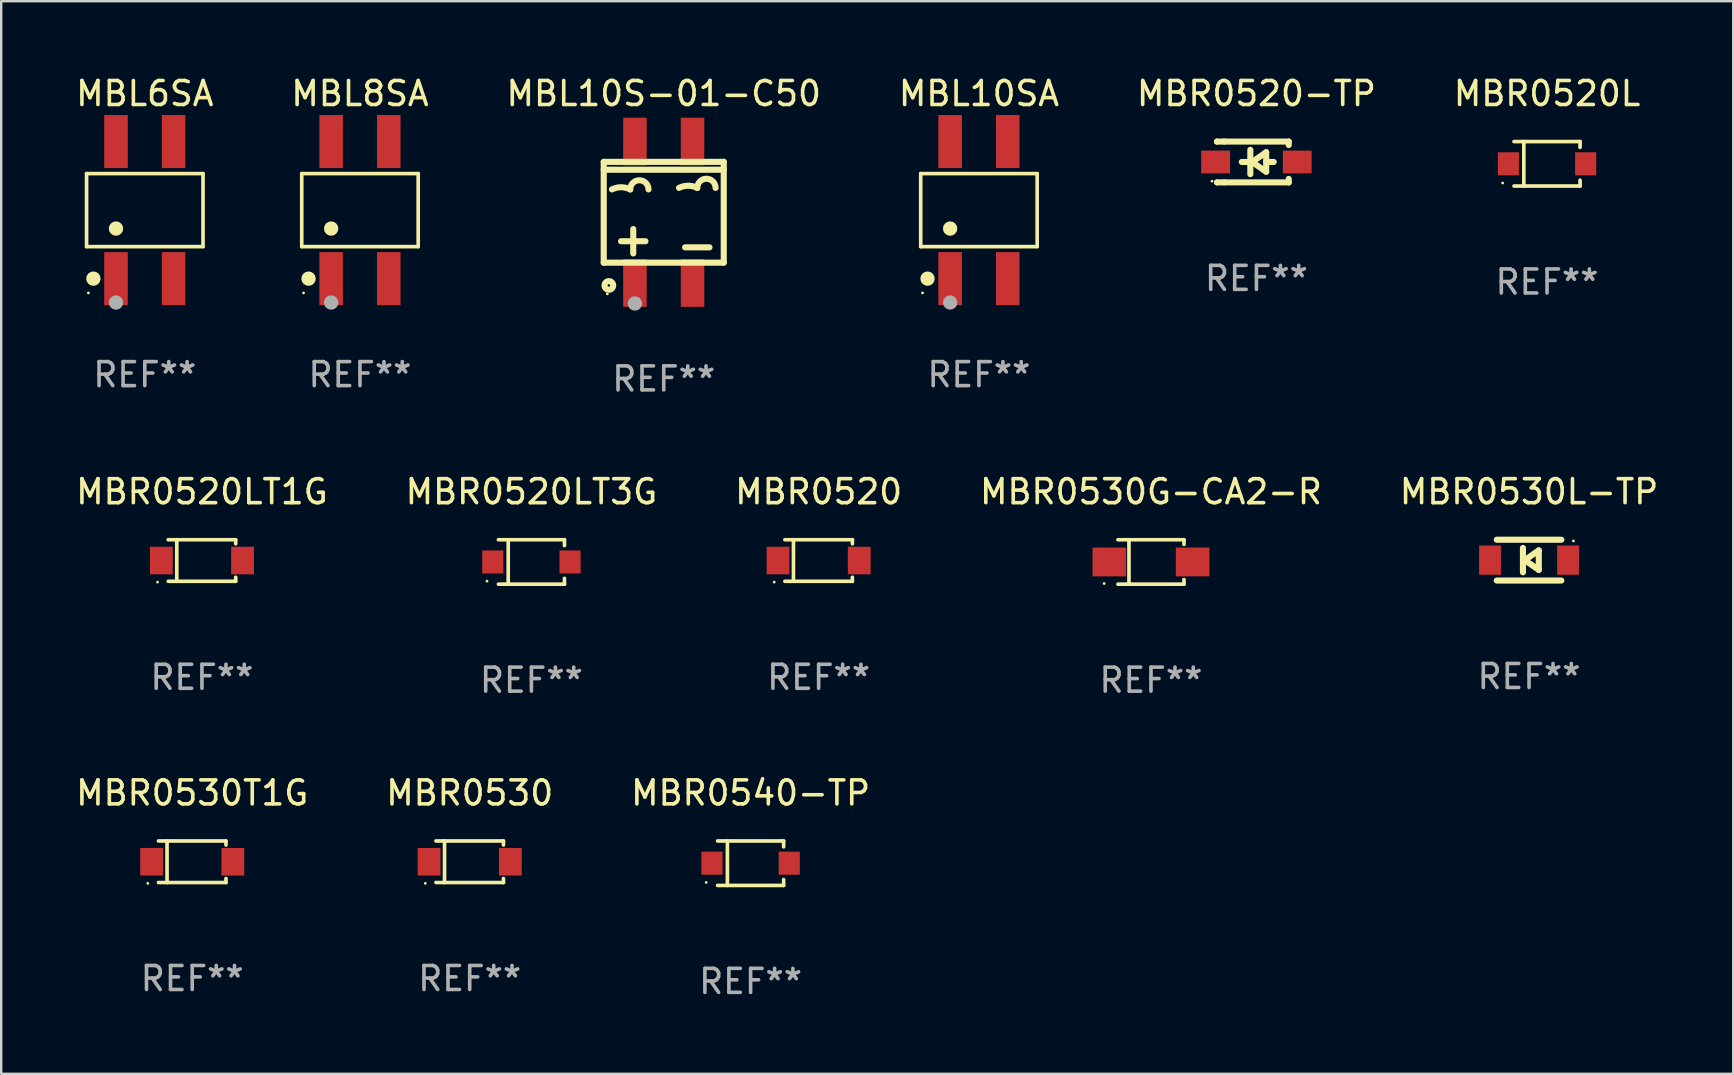
<source format=kicad_pcb>
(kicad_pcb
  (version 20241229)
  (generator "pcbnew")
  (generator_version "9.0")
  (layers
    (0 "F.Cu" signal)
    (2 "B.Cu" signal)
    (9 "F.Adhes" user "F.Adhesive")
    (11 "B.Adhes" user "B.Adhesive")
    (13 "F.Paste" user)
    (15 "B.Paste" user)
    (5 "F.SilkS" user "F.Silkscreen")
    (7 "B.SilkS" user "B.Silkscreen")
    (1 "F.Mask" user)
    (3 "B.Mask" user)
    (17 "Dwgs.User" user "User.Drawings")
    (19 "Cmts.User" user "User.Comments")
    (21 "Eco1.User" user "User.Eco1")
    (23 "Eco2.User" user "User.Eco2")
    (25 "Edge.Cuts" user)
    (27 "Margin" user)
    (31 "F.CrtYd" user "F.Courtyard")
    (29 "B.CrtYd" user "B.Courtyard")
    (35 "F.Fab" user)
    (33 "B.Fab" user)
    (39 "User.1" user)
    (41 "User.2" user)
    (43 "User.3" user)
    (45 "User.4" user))
  (footprint "MBL10SA"
    (layer "F.Cu")
    (at 37.732 5.703)
    (property "Reference" "MBL10SA" (at 0 -4.855 0) (layer "F.SilkS") (effects (font (size 1 1) (thickness 0.15))))
    (attr through_hole)
    (fp_line (start -2.426 -1.521) (end 2.426 -1.521) (stroke (width 0.152) (type solid)) (layer "F.SilkS"))
    (fp_line (start -2.426 1.521) (end -2.426 -1.521) (stroke (width 0.152) (type solid)) (layer "F.SilkS"))
    (fp_line (start 2.426 -1.521) (end 2.426 1.521) (stroke (width 0.152) (type solid)) (layer "F.SilkS"))
    (fp_line (start 2.426 1.521) (end -2.426 1.521) (stroke (width 0.152) (type solid)) (layer "F.SilkS"))
    (fp_circle (center -2.35 3.45) (end -2.32 3.45) (stroke (width 0.06) (type solid)) (fill no) (layer "F.SilkS"))
    (fp_circle (center -2.142 2.855) (end -1.992 2.855) (stroke (width 0.3) (type solid)) (fill no) (layer "F.SilkS"))
    (fp_circle (center -1.2 0.769) (end -1.05 0.769) (stroke (width 0.3) (type solid)) (fill no) (layer "F.SilkS"))
    (fp_circle (center -1.2 3.85) (end -1.05 3.85) (stroke (width 0.3) (type solid)) (fill no) (layer "F.Fab"))
    (fp_text user "REF**" (at 0 6.855 0) (layer "F.Fab") (effects (font (size 1 1) (thickness 0.15))))
    (pad "1" smd rect (at -1.2 2.855) (size 0.98 2.21) (layers "F.Cu" "F.Mask" "F.Paste"))
    (pad "2" smd rect (at 1.2 2.855) (size 0.98 2.21) (layers "F.Cu" "F.Mask" "F.Paste"))
    (pad "3" smd rect (at 1.2 -2.855) (size 0.98 2.21) (layers "F.Cu" "F.Mask" "F.Paste"))
    (pad "4" smd rect (at -1.2 -2.855) (size 0.98 2.21) (layers "F.Cu" "F.Mask" "F.Paste")))
  (footprint "MBL10S-01-C50"
    (layer "F.Cu")
    (at 24.601 5.793)
    (property "Reference" "MBL10S-01-C50" (at 0 -4.945 0) (layer "F.SilkS") (effects (font (size 1 1) (thickness 0.15))))
    (attr through_hole)
    (fp_line (start -2.5 -2.1) (end -2.5 2.1) (stroke (width 0.254) (type solid)) (layer "F.SilkS"))
    (fp_line (start -2.5 -2.1) (end 2.5 -2.1) (stroke (width 0.254) (type solid)) (layer "F.SilkS"))
    (fp_line (start -2.5 -1.772) (end 2.5 -1.772) (stroke (width 0.254) (type solid)) (layer "F.SilkS"))
    (fp_line (start -1.27 1.715) (end -1.27 0.699) (stroke (width 0.254) (type solid)) (layer "F.SilkS"))
    (fp_line (start -0.762 1.207) (end -1.778 1.207) (stroke (width 0.254) (type solid)) (layer "F.SilkS"))
    (fp_line (start 1.905 1.461) (end 0.889 1.461) (stroke (width 0.254) (type solid)) (layer "F.SilkS"))
    (fp_line (start 2.5 -2.1) (end 2.5 2.1) (stroke (width 0.254) (type solid)) (layer "F.SilkS"))
    (fp_line (start 2.5 2.1) (end -2.5 2.1) (stroke (width 0.254) (type solid)) (layer "F.SilkS"))
    (fp_arc (start -2.158928 -0.95235) (mid -1.777927 -1.042292) (end -1.396926 -0.95235) (stroke (width 0.254001) (type solid)) (layer "F.SilkS"))
    (fp_arc (start -1.396927 -0.95235) (mid -1.015926 -1.333351) (end -0.634925 -0.95235) (stroke (width 0.254001) (type solid)) (layer "F.SilkS"))
    (fp_arc (start 0.635077 -1.01585) (mid 1.016078 -1.105792) (end 1.397079 -1.01585) (stroke (width 0.254001) (type solid)) (layer "F.SilkS"))
    (fp_arc (start 1.397079 -1.01585) (mid 1.77808 -1.396851) (end 2.159081 -1.01585) (stroke (width 0.254001) (type solid)) (layer "F.SilkS"))
    (fp_circle (center -2.35 3.4) (end -2.32 3.4) (stroke (width 0.06) (type solid)) (fill no) (layer "F.SilkS"))
    (fp_circle (center -2.286 3.048) (end -2.106 3.048) (stroke (width 0.254) (type solid)) (fill no) (layer "F.SilkS"))
    (fp_circle (center -1.2 3.8) (end -1.05 3.8) (stroke (width 0.3) (type solid)) (fill no) (layer "F.Fab"))
    (fp_text user "REF**" (at 0 6.945 0) (layer "F.Fab") (effects (font (size 1 1) (thickness 0.15))))
    (pad "1" smd rect (at -1.2 2.945) (size 0.98 1.99) (layers "F.Cu" "F.Mask" "F.Paste"))
    (pad "2" smd rect (at 1.2 2.945) (size 0.98 1.99) (layers "F.Cu" "F.Mask" "F.Paste"))
    (pad "3" smd rect (at 1.2 -2.945) (size 0.98 1.99) (layers "F.Cu" "F.Mask" "F.Paste"))
    (pad "4" smd rect (at -1.2 -2.945) (size 0.98 1.99) (layers "F.Cu" "F.Mask" "F.Paste")))
  (footprint "MBR0530"
    (layer "F.Cu")
    (at 16.518 32.85)
    (property "Reference" "MBR0530" (at 0 -2.866 0) (layer "F.SilkS") (effects (font (size 1 1) (thickness 0.15))))
    (attr through_hole)
    (fp_line (start -1.406 -0.866) (end 1.406 -0.866) (stroke (width 0.152) (type solid)) (layer "F.SilkS"))
    (fp_line (start -1.406 0.866) (end 1.406 0.866) (stroke (width 0.152) (type solid)) (layer "F.SilkS"))
    (fp_line (start -1.049 -0.866) (end -1.049 0.866) (stroke (width 0.152) (type solid)) (layer "F.SilkS"))
    (fp_line (start 1.406 -0.866) (end 1.406 -0.698) (stroke (width 0.152) (type solid)) (layer "F.SilkS"))
    (fp_line (start 1.406 0.866) (end 1.406 0.698) (stroke (width 0.152) (type solid)) (layer "F.SilkS"))
    (fp_circle (center -1.851 0.9) (end -1.821 0.9) (stroke (width 0.06) (type solid)) (fill no) (layer "F.SilkS"))
    (fp_text user "REF**" (at 0 4.866 0) (layer "F.Fab") (effects (font (size 1 1) (thickness 0.15))))
    (pad "1" smd rect (at -1.692 0) (size 0.95 1.15) (layers "F.Cu" "F.Mask" "F.Paste"))
    (pad "2" smd rect (at 1.692 0) (size 0.95 1.15) (layers "F.Cu" "F.Mask" "F.Paste")))
  (footprint "MBR0520"
    (layer "F.Cu")
    (at 31.054 20.301)
    (property "Reference" "MBR0520" (at 0 -2.866 0) (layer "F.SilkS") (effects (font (size 1 1) (thickness 0.15))))
    (attr through_hole)
    (fp_line (start -1.406 -0.866) (end 1.406 -0.866) (stroke (width 0.152) (type solid)) (layer "F.SilkS"))
    (fp_line (start -1.406 0.866) (end 1.406 0.866) (stroke (width 0.152) (type solid)) (layer "F.SilkS"))
    (fp_line (start -1.049 -0.866) (end -1.049 0.866) (stroke (width 0.152) (type solid)) (layer "F.SilkS"))
    (fp_line (start 1.406 -0.866) (end 1.406 -0.698) (stroke (width 0.152) (type solid)) (layer "F.SilkS"))
    (fp_line (start 1.406 0.866) (end 1.406 0.698) (stroke (width 0.152) (type solid)) (layer "F.SilkS"))
    (fp_circle (center -1.851 0.9) (end -1.821 0.9) (stroke (width 0.06) (type solid)) (fill no) (layer "F.SilkS"))
    (fp_text user "REF**" (at 0 4.866 0) (layer "F.Fab") (effects (font (size 1 1) (thickness 0.15))))
    (pad "1" smd rect (at -1.692 0) (size 0.95 1.15) (layers "F.Cu" "F.Mask" "F.Paste"))
    (pad "2" smd rect (at 1.692 0) (size 0.95 1.15) (layers "F.Cu" "F.Mask" "F.Paste")))
  (footprint "MBR0530G-CA2-R"
    (layer "F.Cu")
    (at 44.899 20.361)
    (property "Reference" "MBR0530G-CA2-R" (at 0 -2.926 0) (layer "F.SilkS") (effects (font (size 1 1) (thickness 0.15))))
    (attr through_hole)
    (fp_line (start -1.376 -0.926) (end 1.376 -0.926) (stroke (width 0.152) (type solid)) (layer "F.SilkS"))
    (fp_line (start -1.376 0.926) (end 1.376 0.926) (stroke (width 0.152) (type solid)) (layer "F.SilkS"))
    (fp_line (start -0.917 -0.876) (end -0.917 0.876) (stroke (width 0.152) (type solid)) (layer "F.SilkS"))
    (fp_line (start 1.376 -0.926) (end 1.376 -0.733) (stroke (width 0.152) (type solid)) (layer "F.SilkS"))
    (fp_line (start 1.376 0.926) (end 1.376 0.733) (stroke (width 0.152) (type solid)) (layer "F.SilkS"))
    (fp_circle (center -1.95 0.9) (end -1.92 0.9) (stroke (width 0.06) (type solid)) (fill no) (layer "F.SilkS"))
    (fp_text user "REF**" (at 0 4.926 0) (layer "F.Fab") (effects (font (size 1 1) (thickness 0.15))))
    (pad "1" smd rect (at -1.735 0) (size 1.4 1.2) (layers "F.Cu" "F.Mask" "F.Paste"))
    (pad "2" smd rect (at 1.735 0) (size 1.4 1.2) (layers "F.Cu" "F.Mask" "F.Paste")))
  (footprint "MBL8SA"
    (layer "F.Cu")
    (at 11.946 5.703)
    (property "Reference" "MBL8SA" (at 0 -4.855 0) (layer "F.SilkS") (effects (font (size 1 1) (thickness 0.15))))
    (attr through_hole)
    (fp_line (start -2.426 -1.521) (end 2.426 -1.521) (stroke (width 0.152) (type solid)) (layer "F.SilkS"))
    (fp_line (start -2.426 1.521) (end -2.426 -1.521) (stroke (width 0.152) (type solid)) (layer "F.SilkS"))
    (fp_line (start 2.426 -1.521) (end 2.426 1.521) (stroke (width 0.152) (type solid)) (layer "F.SilkS"))
    (fp_line (start 2.426 1.521) (end -2.426 1.521) (stroke (width 0.152) (type solid)) (layer "F.SilkS"))
    (fp_circle (center -2.35 3.45) (end -2.32 3.45) (stroke (width 0.06) (type solid)) (fill no) (layer "F.SilkS"))
    (fp_circle (center -2.142 2.855) (end -1.992 2.855) (stroke (width 0.3) (type solid)) (fill no) (layer "F.SilkS"))
    (fp_circle (center -1.2 0.769) (end -1.05 0.769) (stroke (width 0.3) (type solid)) (fill no) (layer "F.SilkS"))
    (fp_circle (center -1.2 3.85) (end -1.05 3.85) (stroke (width 0.3) (type solid)) (fill no) (layer "F.Fab"))
    (fp_text user "REF**" (at 0 6.855 0) (layer "F.Fab") (effects (font (size 1 1) (thickness 0.15))))
    (pad "1" smd rect (at -1.2 2.855) (size 0.98 2.21) (layers "F.Cu" "F.Mask" "F.Paste"))
    (pad "2" smd rect (at 1.2 2.855) (size 0.98 2.21) (layers "F.Cu" "F.Mask" "F.Paste"))
    (pad "3" smd rect (at 1.2 -2.855) (size 0.98 2.21) (layers "F.Cu" "F.Mask" "F.Paste"))
    (pad "4" smd rect (at -1.2 -2.855) (size 0.98 2.21) (layers "F.Cu" "F.Mask" "F.Paste")))
  (footprint "MBL6SA"
    (layer "F.Cu")
    (at 2.982 5.703)
    (property "Reference" "MBL6SA" (at 0 -4.855 0) (layer "F.SilkS") (effects (font (size 1 1) (thickness 0.15))))
    (attr through_hole)
    (fp_line (start -2.426 -1.521) (end 2.426 -1.521) (stroke (width 0.152) (type solid)) (layer "F.SilkS"))
    (fp_line (start -2.426 1.521) (end -2.426 -1.521) (stroke (width 0.152) (type solid)) (layer "F.SilkS"))
    (fp_line (start 2.426 -1.521) (end 2.426 1.521) (stroke (width 0.152) (type solid)) (layer "F.SilkS"))
    (fp_line (start 2.426 1.521) (end -2.426 1.521) (stroke (width 0.152) (type solid)) (layer "F.SilkS"))
    (fp_circle (center -2.35 3.45) (end -2.32 3.45) (stroke (width 0.06) (type solid)) (fill no) (layer "F.SilkS"))
    (fp_circle (center -2.142 2.855) (end -1.992 2.855) (stroke (width 0.3) (type solid)) (fill no) (layer "F.SilkS"))
    (fp_circle (center -1.2 0.769) (end -1.05 0.769) (stroke (width 0.3) (type solid)) (fill no) (layer "F.SilkS"))
    (fp_circle (center -1.2 3.85) (end -1.05 3.85) (stroke (width 0.3) (type solid)) (fill no) (layer "F.Fab"))
    (fp_text user "REF**" (at 0 6.855 0) (layer "F.Fab") (effects (font (size 1 1) (thickness 0.15))))
    (pad "1" smd rect (at -1.2 2.855) (size 0.98 2.21) (layers "F.Cu" "F.Mask" "F.Paste"))
    (pad "2" smd rect (at 1.2 2.855) (size 0.98 2.21) (layers "F.Cu" "F.Mask" "F.Paste"))
    (pad "3" smd rect (at 1.2 -2.855) (size 0.98 2.21) (layers "F.Cu" "F.Mask" "F.Paste"))
    (pad "4" smd rect (at -1.2 -2.855) (size 0.98 2.21) (layers "F.Cu" "F.Mask" "F.Paste")))
  (footprint "MBR0530L-TP"
    (layer "F.Cu")
    (at 60.649 20.285)
    (property "Reference" "MBR0530L-TP" (at 0 -2.85 0) (layer "F.SilkS") (effects (font (size 1 1) (thickness 0.15))))
    (attr through_hole)
    (fp_line (start -1.346 -0.85) (end 1.346 -0.85) (stroke (width 0.254) (type solid)) (layer "F.SilkS"))
    (fp_line (start -0.254 -0.508) (end -0.254 0.508) (stroke (width 0.254) (type solid)) (layer "F.SilkS"))
    (fp_line (start -0.178 0) (end 0.406 -0.406) (stroke (width 0.254) (type solid)) (layer "F.SilkS"))
    (fp_line (start 0.406 -0.406) (end 0.406 0.406) (stroke (width 0.254) (type solid)) (layer "F.SilkS"))
    (fp_line (start 0.406 0.406) (end -0.178 0) (stroke (width 0.254) (type solid)) (layer "F.SilkS"))
    (fp_line (start 1.346 0.85) (end -1.346 0.85) (stroke (width 0.254) (type solid)) (layer "F.SilkS"))
    (fp_circle (center 1.85 -0.8) (end 1.88 -0.8) (stroke (width 0.06) (type solid)) (fill no) (layer "F.SilkS"))
    (fp_text user "REF**" (at 0 4.85 0) (layer "F.Fab") (effects (font (size 1 1) (thickness 0.15))))
    (pad "1" smd rect (at 1.626 0) (size 0.909 1.219) (layers "F.Cu" "F.Mask" "F.Paste"))
    (pad "2" smd rect (at -1.626 0) (size 0.909 1.219) (layers "F.Cu" "F.Mask" "F.Paste")))
  (footprint "MBR0520-TP"
    (layer "F.Cu")
    (at 49.292 3.698)
    (property "Reference" "MBR0520-TP" (at 0 -2.85 0) (layer "F.SilkS") (effects (font (size 1 1) (thickness 0.15))))
    (attr through_hole)
    (fp_line (start -1.643 -0.85) (end -1.644 -0.849) (stroke (width 0.254) (type solid)) (layer "F.SilkS"))
    (fp_line (start -1.638 0.85) (end -1.639 0.849) (stroke (width 0.254) (type solid)) (layer "F.SilkS"))
    (fp_line (start -1.346 -0.85) (end -1.643 -0.85) (stroke (width 0.254) (type solid)) (layer "F.SilkS"))
    (fp_line (start -1.346 -0.85) (end 1.346 -0.85) (stroke (width 0.254) (type solid)) (layer "F.SilkS"))
    (fp_line (start -1.346 0.85) (end -1.638 0.85) (stroke (width 0.254) (type solid)) (layer "F.SilkS"))
    (fp_line (start -0.28 0) (end -0.61 0) (stroke (width 0.254) (type solid)) (layer "F.SilkS"))
    (fp_line (start -0.254 -0.508) (end -0.254 0.508) (stroke (width 0.254) (type solid)) (layer "F.SilkS"))
    (fp_line (start -0.178 0) (end 0.406 -0.406) (stroke (width 0.254) (type solid)) (layer "F.SilkS"))
    (fp_line (start 0.406 -0.406) (end 0.406 0.406) (stroke (width 0.254) (type solid)) (layer "F.SilkS"))
    (fp_line (start 0.406 -0.000254) (end 0.72 -0.000254) (stroke (width 0.254) (type solid)) (layer "F.SilkS"))
    (fp_line (start 0.406 0.406) (end -0.178 0) (stroke (width 0.254) (type solid)) (layer "F.SilkS"))
    (fp_line (start 1.346 -0.85) (end 1.346 -0.706) (stroke (width 0.254) (type solid)) (layer "F.SilkS"))
    (fp_line (start 1.346 0.706) (end 1.346 0.85) (stroke (width 0.254) (type solid)) (layer "F.SilkS"))
    (fp_line (start 1.346 0.85) (end -1.346 0.85) (stroke (width 0.254) (type solid)) (layer "F.SilkS"))
    (fp_circle (center -1.85 0.8) (end -1.82 0.8) (stroke (width 0.06) (type solid)) (fill no) (layer "F.SilkS"))
    (fp_text user "REF**" (at 0 4.85 0) (layer "F.Fab") (effects (font (size 1 1) (thickness 0.15))))
    (pad "1" smd rect (at -1.7 0) (size 1.2 0.95) (layers "F.Cu" "F.Mask" "F.Paste"))
    (pad "2" smd rect (at 1.7 0) (size 1.2 0.95) (layers "F.Cu" "F.Mask" "F.Paste")))
  (footprint "MBR0540-TP"
    (layer "F.Cu")
    (at 28.22 32.91)
    (property "Reference" "MBR0540-TP" (at 0 -2.926 0) (layer "F.SilkS") (effects (font (size 1 1) (thickness 0.15))))
    (attr through_hole)
    (fp_line (start -1.376 -0.926) (end 1.376 -0.926) (stroke (width 0.152) (type solid)) (layer "F.SilkS"))
    (fp_line (start -1.376 0.926) (end 1.376 0.926) (stroke (width 0.152) (type solid)) (layer "F.SilkS"))
    (fp_line (start -0.967 -0.926) (end -0.967 0.926) (stroke (width 0.152) (type solid)) (layer "F.SilkS"))
    (fp_line (start 1.376 -0.926) (end 1.376 -0.683) (stroke (width 0.152) (type solid)) (layer "F.SilkS"))
    (fp_line (start 1.376 0.926) (end 1.376 0.683) (stroke (width 0.152) (type solid)) (layer "F.SilkS"))
    (fp_circle (center -1.85 0.8) (end -1.82 0.8) (stroke (width 0.06) (type solid)) (fill no) (layer "F.SilkS"))
    (fp_text user "REF**" (at 0 4.926 0) (layer "F.Fab") (effects (font (size 1 1) (thickness 0.15))))
    (pad "1" smd rect (at -1.61 0) (size 0.88 0.96) (layers "F.Cu" "F.Mask" "F.Paste"))
    (pad "2" smd rect (at 1.61 0) (size 0.88 0.96) (layers "F.Cu" "F.Mask" "F.Paste")))
  (footprint "MBR0520LT3G"
    (layer "F.Cu")
    (at 19.089 20.361)
    (property "Reference" "MBR0520LT3G" (at 0 -2.926 0) (layer "F.SilkS") (effects (font (size 1 1) (thickness 0.15))))
    (attr through_hole)
    (fp_line (start -1.376 -0.926) (end 1.376 -0.926) (stroke (width 0.152) (type solid)) (layer "F.SilkS"))
    (fp_line (start -1.376 0.926) (end 1.376 0.926) (stroke (width 0.152) (type solid)) (layer "F.SilkS"))
    (fp_line (start -0.967 -0.926) (end -0.967 0.926) (stroke (width 0.152) (type solid)) (layer "F.SilkS"))
    (fp_line (start 1.376 -0.926) (end 1.376 -0.683) (stroke (width 0.152) (type solid)) (layer "F.SilkS"))
    (fp_line (start 1.376 0.926) (end 1.376 0.683) (stroke (width 0.152) (type solid)) (layer "F.SilkS"))
    (fp_circle (center -1.85 0.8) (end -1.82 0.8) (stroke (width 0.06) (type solid)) (fill no) (layer "F.SilkS"))
    (fp_text user "REF**" (at 0 4.926 0) (layer "F.Fab") (effects (font (size 1 1) (thickness 0.15))))
    (pad "1" smd rect (at -1.61 0) (size 0.88 0.96) (layers "F.Cu" "F.Mask" "F.Paste"))
    (pad "2" smd rect (at 1.61 0) (size 0.88 0.96) (layers "F.Cu" "F.Mask" "F.Paste")))
  (footprint "MBR0520LT1G"
    (layer "F.Cu")
    (at 5.363 20.301)
    (property "Reference" "MBR0520LT1G" (at 0 -2.866 0) (layer "F.SilkS") (effects (font (size 1 1) (thickness 0.15))))
    (attr through_hole)
    (fp_line (start -1.406 -0.866) (end 1.406 -0.866) (stroke (width 0.152) (type solid)) (layer "F.SilkS"))
    (fp_line (start -1.406 0.866) (end 1.406 0.866) (stroke (width 0.152) (type solid)) (layer "F.SilkS"))
    (fp_line (start -1.049 -0.866) (end -1.049 0.866) (stroke (width 0.152) (type solid)) (layer "F.SilkS"))
    (fp_line (start 1.406 -0.866) (end 1.406 -0.698) (stroke (width 0.152) (type solid)) (layer "F.SilkS"))
    (fp_line (start 1.406 0.866) (end 1.406 0.698) (stroke (width 0.152) (type solid)) (layer "F.SilkS"))
    (fp_circle (center -1.851 0.9) (end -1.821 0.9) (stroke (width 0.06) (type solid)) (fill no) (layer "F.SilkS"))
    (fp_text user "REF**" (at 0 4.866 0) (layer "F.Fab") (effects (font (size 1 1) (thickness 0.15))))
    (pad "1" smd rect (at -1.692 0) (size 0.95 1.15) (layers "F.Cu" "F.Mask" "F.Paste"))
    (pad "2" smd rect (at 1.692 0) (size 0.95 1.15) (layers "F.Cu" "F.Mask" "F.Paste")))
  (footprint "MBR0520L"
    (layer "F.Cu")
    (at 61.399 3.774)
    (property "Reference" "MBR0520L" (at 0 -2.926 0) (layer "F.SilkS") (effects (font (size 1 1) (thickness 0.15))))
    (attr through_hole)
    (fp_line (start -1.376 -0.926) (end 1.376 -0.926) (stroke (width 0.152) (type solid)) (layer "F.SilkS"))
    (fp_line (start -1.376 0.926) (end 1.376 0.926) (stroke (width 0.152) (type solid)) (layer "F.SilkS"))
    (fp_line (start -0.967 -0.926) (end -0.967 0.926) (stroke (width 0.152) (type solid)) (layer "F.SilkS"))
    (fp_line (start 1.376 -0.926) (end 1.376 -0.683) (stroke (width 0.152) (type solid)) (layer "F.SilkS"))
    (fp_line (start 1.376 0.926) (end 1.376 0.683) (stroke (width 0.152) (type solid)) (layer "F.SilkS"))
    (fp_circle (center -1.85 0.8) (end -1.82 0.8) (stroke (width 0.06) (type solid)) (fill no) (layer "F.SilkS"))
    (fp_text user "REF**" (at 0 4.926 0) (layer "F.Fab") (effects (font (size 1 1) (thickness 0.15))))
    (pad "1" smd rect (at -1.61 0) (size 0.88 0.96) (layers "F.Cu" "F.Mask" "F.Paste"))
    (pad "2" smd rect (at 1.61 0) (size 0.88 0.96) (layers "F.Cu" "F.Mask" "F.Paste")))
  (footprint "MBR0530T1G"
    (layer "F.Cu")
    (at 4.958 32.85)
    (property "Reference" "MBR0530T1G" (at 0 -2.866 0) (layer "F.SilkS") (effects (font (size 1 1) (thickness 0.15))))
    (attr through_hole)
    (fp_line (start -1.406 -0.866) (end 1.406 -0.866) (stroke (width 0.152) (type solid)) (layer "F.SilkS"))
    (fp_line (start -1.406 0.866) (end 1.406 0.866) (stroke (width 0.152) (type solid)) (layer "F.SilkS"))
    (fp_line (start -1.049 -0.866) (end -1.049 0.866) (stroke (width 0.152) (type solid)) (layer "F.SilkS"))
    (fp_line (start 1.406 -0.866) (end 1.406 -0.698) (stroke (width 0.152) (type solid)) (layer "F.SilkS"))
    (fp_line (start 1.406 0.866) (end 1.406 0.698) (stroke (width 0.152) (type solid)) (layer "F.SilkS"))
    (fp_circle (center -1.851 0.9) (end -1.821 0.9) (stroke (width 0.06) (type solid)) (fill no) (layer "F.SilkS"))
    (fp_text user "REF**" (at 0 4.866 0) (layer "F.Fab") (effects (font (size 1 1) (thickness 0.15))))
    (pad "1" smd rect (at -1.692 0) (size 0.95 1.15) (layers "F.Cu" "F.Mask" "F.Paste"))
    (pad "2" smd rect (at 1.692 0) (size 0.95 1.15) (layers "F.Cu" "F.Mask" "F.Paste")))
  (gr_rect
    (start -3 -3)
    (end 69.155 41.684)
    (stroke (width 0.1) (type default))
    (fill no)
    (layer "Edge.Cuts")))
</source>
